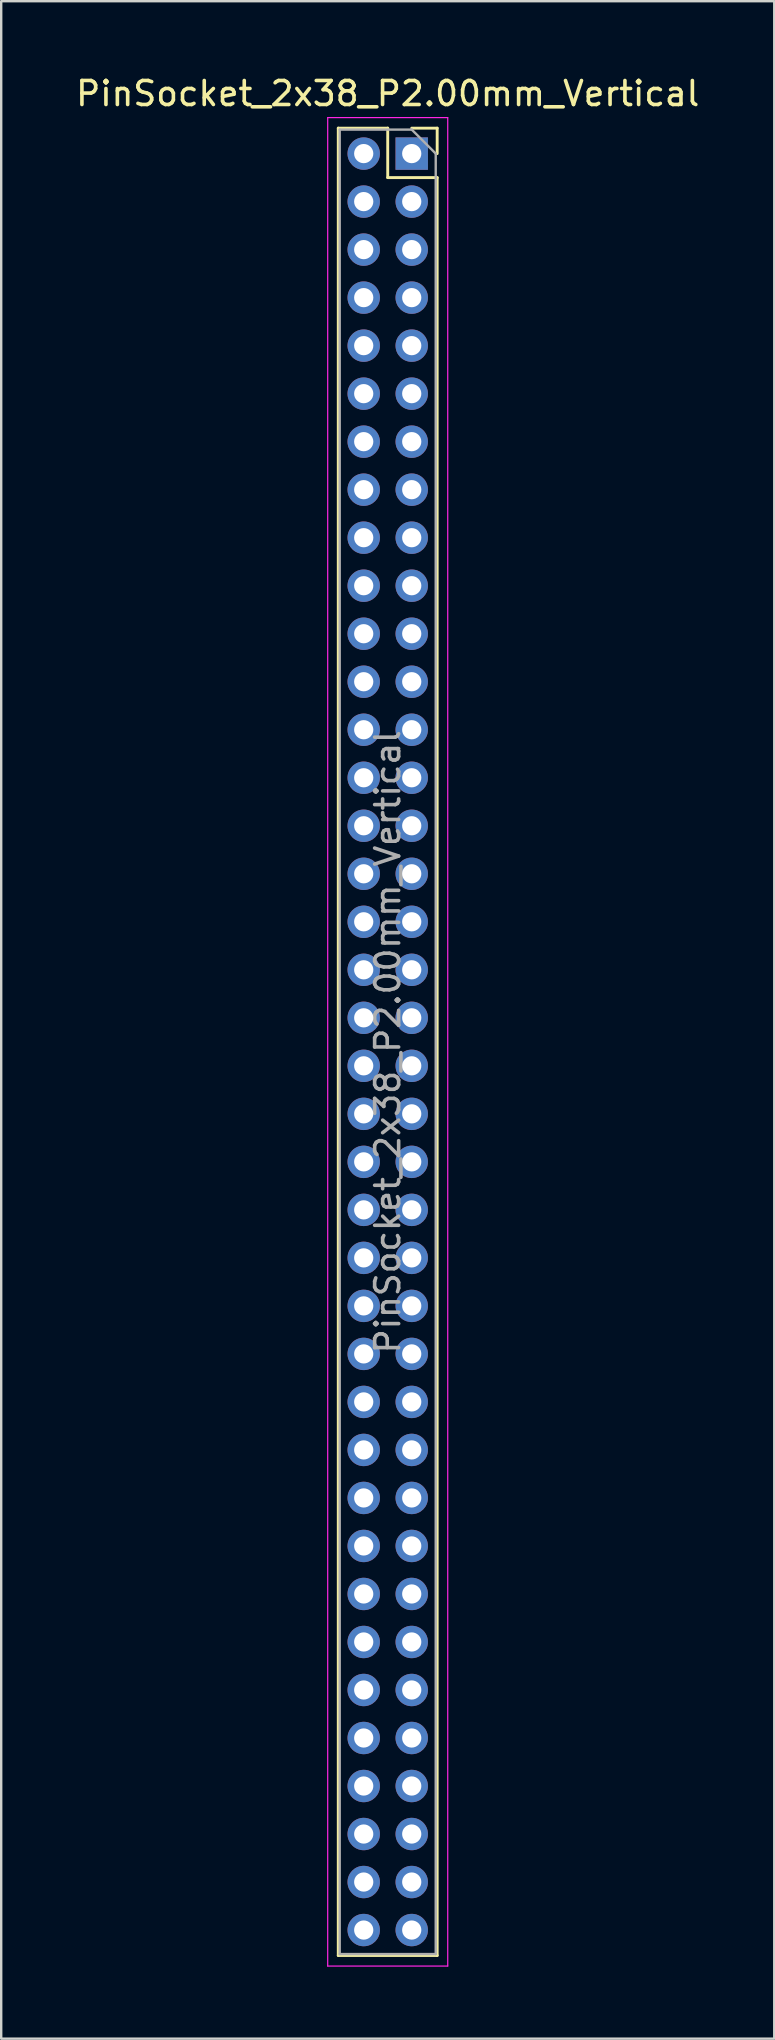
<source format=kicad_pcb>
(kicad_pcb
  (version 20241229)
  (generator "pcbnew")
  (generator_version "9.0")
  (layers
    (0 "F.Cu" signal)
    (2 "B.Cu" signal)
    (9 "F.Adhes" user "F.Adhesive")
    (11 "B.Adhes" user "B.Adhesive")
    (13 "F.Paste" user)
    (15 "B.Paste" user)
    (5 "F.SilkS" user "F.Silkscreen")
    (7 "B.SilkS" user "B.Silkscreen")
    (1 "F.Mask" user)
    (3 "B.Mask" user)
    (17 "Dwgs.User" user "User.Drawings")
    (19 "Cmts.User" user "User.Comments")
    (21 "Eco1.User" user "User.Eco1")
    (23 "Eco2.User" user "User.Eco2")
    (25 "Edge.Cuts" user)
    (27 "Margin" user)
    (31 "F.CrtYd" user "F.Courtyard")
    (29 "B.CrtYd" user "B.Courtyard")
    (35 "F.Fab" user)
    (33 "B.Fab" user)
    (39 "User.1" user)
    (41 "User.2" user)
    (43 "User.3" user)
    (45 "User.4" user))
  (footprint "PinSocket_2x38_P2.00mm_Vertical"
    (layer "F.Cu")
    (at 14.101 3.348)
    (property "Reference" "PinSocket_2x38_P2.00mm_Vertical" (at -1 -2.5 0) (layer "F.SilkS") (effects (font (size 1 1) (thickness 0.15))))
    (attr through_hole)
    (fp_line (start -3.06 -1.06) (end -3.06 75.06) (stroke (width 0.12) (type solid)) (layer "F.SilkS"))
    (fp_line (start -3.06 -1.06) (end -1 -1.06) (stroke (width 0.12) (type solid)) (layer "F.SilkS"))
    (fp_line (start -3.06 75.06) (end 1.06 75.06) (stroke (width 0.12) (type solid)) (layer "F.SilkS"))
    (fp_line (start -1 -1.06) (end -1 1) (stroke (width 0.12) (type solid)) (layer "F.SilkS"))
    (fp_line (start -1 1) (end 1.06 1) (stroke (width 0.12) (type solid)) (layer "F.SilkS"))
    (fp_line (start 0 -1.06) (end 1.06 -1.06) (stroke (width 0.12) (type solid)) (layer "F.SilkS"))
    (fp_line (start 1.06 -1.06) (end 1.06 0) (stroke (width 0.12) (type solid)) (layer "F.SilkS"))
    (fp_line (start 1.06 1) (end 1.06 75.06) (stroke (width 0.12) (type solid)) (layer "F.SilkS"))
    (fp_line (start -3.5 -1.5) (end 1.5 -1.5) (stroke (width 0.05) (type solid)) (layer "F.CrtYd"))
    (fp_line (start -3.5 75.5) (end -3.5 -1.5) (stroke (width 0.05) (type solid)) (layer "F.CrtYd"))
    (fp_line (start 1.5 -1.5) (end 1.5 75.5) (stroke (width 0.05) (type solid)) (layer "F.CrtYd"))
    (fp_line (start 1.5 75.5) (end -3.5 75.5) (stroke (width 0.05) (type solid)) (layer "F.CrtYd"))
    (fp_line (start -3 -1) (end 0 -1) (stroke (width 0.1) (type solid)) (layer "F.Fab"))
    (fp_line (start -3 75) (end -3 -1) (stroke (width 0.1) (type solid)) (layer "F.Fab"))
    (fp_line (start 0 -1) (end 1 0) (stroke (width 0.1) (type solid)) (layer "F.Fab"))
    (fp_line (start 1 0) (end 1 75) (stroke (width 0.1) (type solid)) (layer "F.Fab"))
    (fp_line (start 1 75) (end -3 75) (stroke (width 0.1) (type solid)) (layer "F.Fab"))
    (fp_text user "${REFERENCE}" (at -1 37 90) (layer "F.Fab") (effects (font (size 1 1) (thickness 0.15))))
    (pad "1" thru_hole rect (at 0 0) (size 1.35 1.35) (drill 0.8) (layers "*.Cu" "*.Mask"))
    (pad "2" thru_hole oval (at -2 0) (size 1.35 1.35) (drill 0.8) (layers "*.Cu" "*.Mask"))
    (pad "3" thru_hole oval (at 0 2) (size 1.35 1.35) (drill 0.8) (layers "*.Cu" "*.Mask"))
    (pad "4" thru_hole oval (at -2 2) (size 1.35 1.35) (drill 0.8) (layers "*.Cu" "*.Mask"))
    (pad "5" thru_hole oval (at 0 4) (size 1.35 1.35) (drill 0.8) (layers "*.Cu" "*.Mask"))
    (pad "6" thru_hole oval (at -2 4) (size 1.35 1.35) (drill 0.8) (layers "*.Cu" "*.Mask"))
    (pad "7" thru_hole oval (at 0 6) (size 1.35 1.35) (drill 0.8) (layers "*.Cu" "*.Mask"))
    (pad "8" thru_hole oval (at -2 6) (size 1.35 1.35) (drill 0.8) (layers "*.Cu" "*.Mask"))
    (pad "9" thru_hole oval (at 0 8) (size 1.35 1.35) (drill 0.8) (layers "*.Cu" "*.Mask"))
    (pad "10" thru_hole oval (at -2 8) (size 1.35 1.35) (drill 0.8) (layers "*.Cu" "*.Mask"))
    (pad "11" thru_hole oval (at 0 10) (size 1.35 1.35) (drill 0.8) (layers "*.Cu" "*.Mask"))
    (pad "12" thru_hole oval (at -2 10) (size 1.35 1.35) (drill 0.8) (layers "*.Cu" "*.Mask"))
    (pad "13" thru_hole oval (at 0 12) (size 1.35 1.35) (drill 0.8) (layers "*.Cu" "*.Mask"))
    (pad "14" thru_hole oval (at -2 12) (size 1.35 1.35) (drill 0.8) (layers "*.Cu" "*.Mask"))
    (pad "15" thru_hole oval (at 0 14) (size 1.35 1.35) (drill 0.8) (layers "*.Cu" "*.Mask"))
    (pad "16" thru_hole oval (at -2 14) (size 1.35 1.35) (drill 0.8) (layers "*.Cu" "*.Mask"))
    (pad "17" thru_hole oval (at 0 16) (size 1.35 1.35) (drill 0.8) (layers "*.Cu" "*.Mask"))
    (pad "18" thru_hole oval (at -2 16) (size 1.35 1.35) (drill 0.8) (layers "*.Cu" "*.Mask"))
    (pad "19" thru_hole oval (at 0 18) (size 1.35 1.35) (drill 0.8) (layers "*.Cu" "*.Mask"))
    (pad "20" thru_hole oval (at -2 18) (size 1.35 1.35) (drill 0.8) (layers "*.Cu" "*.Mask"))
    (pad "21" thru_hole oval (at 0 20) (size 1.35 1.35) (drill 0.8) (layers "*.Cu" "*.Mask"))
    (pad "22" thru_hole oval (at -2 20) (size 1.35 1.35) (drill 0.8) (layers "*.Cu" "*.Mask"))
    (pad "23" thru_hole oval (at 0 22) (size 1.35 1.35) (drill 0.8) (layers "*.Cu" "*.Mask"))
    (pad "24" thru_hole oval (at -2 22) (size 1.35 1.35) (drill 0.8) (layers "*.Cu" "*.Mask"))
    (pad "25" thru_hole oval (at 0 24) (size 1.35 1.35) (drill 0.8) (layers "*.Cu" "*.Mask"))
    (pad "26" thru_hole oval (at -2 24) (size 1.35 1.35) (drill 0.8) (layers "*.Cu" "*.Mask"))
    (pad "27" thru_hole oval (at 0 26) (size 1.35 1.35) (drill 0.8) (layers "*.Cu" "*.Mask"))
    (pad "28" thru_hole oval (at -2 26) (size 1.35 1.35) (drill 0.8) (layers "*.Cu" "*.Mask"))
    (pad "29" thru_hole oval (at 0 28) (size 1.35 1.35) (drill 0.8) (layers "*.Cu" "*.Mask"))
    (pad "30" thru_hole oval (at -2 28) (size 1.35 1.35) (drill 0.8) (layers "*.Cu" "*.Mask"))
    (pad "31" thru_hole oval (at 0 30) (size 1.35 1.35) (drill 0.8) (layers "*.Cu" "*.Mask"))
    (pad "32" thru_hole oval (at -2 30) (size 1.35 1.35) (drill 0.8) (layers "*.Cu" "*.Mask"))
    (pad "33" thru_hole oval (at 0 32) (size 1.35 1.35) (drill 0.8) (layers "*.Cu" "*.Mask"))
    (pad "34" thru_hole oval (at -2 32) (size 1.35 1.35) (drill 0.8) (layers "*.Cu" "*.Mask"))
    (pad "35" thru_hole oval (at 0 34) (size 1.35 1.35) (drill 0.8) (layers "*.Cu" "*.Mask"))
    (pad "36" thru_hole oval (at -2 34) (size 1.35 1.35) (drill 0.8) (layers "*.Cu" "*.Mask"))
    (pad "37" thru_hole oval (at 0 36) (size 1.35 1.35) (drill 0.8) (layers "*.Cu" "*.Mask"))
    (pad "38" thru_hole oval (at -2 36) (size 1.35 1.35) (drill 0.8) (layers "*.Cu" "*.Mask"))
    (pad "39" thru_hole oval (at 0 38) (size 1.35 1.35) (drill 0.8) (layers "*.Cu" "*.Mask"))
    (pad "40" thru_hole oval (at -2 38) (size 1.35 1.35) (drill 0.8) (layers "*.Cu" "*.Mask"))
    (pad "41" thru_hole oval (at 0 40) (size 1.35 1.35) (drill 0.8) (layers "*.Cu" "*.Mask"))
    (pad "42" thru_hole oval (at -2 40) (size 1.35 1.35) (drill 0.8) (layers "*.Cu" "*.Mask"))
    (pad "43" thru_hole oval (at 0 42) (size 1.35 1.35) (drill 0.8) (layers "*.Cu" "*.Mask"))
    (pad "44" thru_hole oval (at -2 42) (size 1.35 1.35) (drill 0.8) (layers "*.Cu" "*.Mask"))
    (pad "45" thru_hole oval (at 0 44) (size 1.35 1.35) (drill 0.8) (layers "*.Cu" "*.Mask"))
    (pad "46" thru_hole oval (at -2 44) (size 1.35 1.35) (drill 0.8) (layers "*.Cu" "*.Mask"))
    (pad "47" thru_hole oval (at 0 46) (size 1.35 1.35) (drill 0.8) (layers "*.Cu" "*.Mask"))
    (pad "48" thru_hole oval (at -2 46) (size 1.35 1.35) (drill 0.8) (layers "*.Cu" "*.Mask"))
    (pad "49" thru_hole oval (at 0 48) (size 1.35 1.35) (drill 0.8) (layers "*.Cu" "*.Mask"))
    (pad "50" thru_hole oval (at -2 48) (size 1.35 1.35) (drill 0.8) (layers "*.Cu" "*.Mask"))
    (pad "51" thru_hole oval (at 0 50) (size 1.35 1.35) (drill 0.8) (layers "*.Cu" "*.Mask"))
    (pad "52" thru_hole oval (at -2 50) (size 1.35 1.35) (drill 0.8) (layers "*.Cu" "*.Mask"))
    (pad "53" thru_hole oval (at 0 52) (size 1.35 1.35) (drill 0.8) (layers "*.Cu" "*.Mask"))
    (pad "54" thru_hole oval (at -2 52) (size 1.35 1.35) (drill 0.8) (layers "*.Cu" "*.Mask"))
    (pad "55" thru_hole oval (at 0 54) (size 1.35 1.35) (drill 0.8) (layers "*.Cu" "*.Mask"))
    (pad "56" thru_hole oval (at -2 54) (size 1.35 1.35) (drill 0.8) (layers "*.Cu" "*.Mask"))
    (pad "57" thru_hole oval (at 0 56) (size 1.35 1.35) (drill 0.8) (layers "*.Cu" "*.Mask"))
    (pad "58" thru_hole oval (at -2 56) (size 1.35 1.35) (drill 0.8) (layers "*.Cu" "*.Mask"))
    (pad "59" thru_hole oval (at 0 58) (size 1.35 1.35) (drill 0.8) (layers "*.Cu" "*.Mask"))
    (pad "60" thru_hole oval (at -2 58) (size 1.35 1.35) (drill 0.8) (layers "*.Cu" "*.Mask"))
    (pad "61" thru_hole oval (at 0 60) (size 1.35 1.35) (drill 0.8) (layers "*.Cu" "*.Mask"))
    (pad "62" thru_hole oval (at -2 60) (size 1.35 1.35) (drill 0.8) (layers "*.Cu" "*.Mask"))
    (pad "63" thru_hole oval (at 0 62) (size 1.35 1.35) (drill 0.8) (layers "*.Cu" "*.Mask"))
    (pad "64" thru_hole oval (at -2 62) (size 1.35 1.35) (drill 0.8) (layers "*.Cu" "*.Mask"))
    (pad "65" thru_hole oval (at 0 64) (size 1.35 1.35) (drill 0.8) (layers "*.Cu" "*.Mask"))
    (pad "66" thru_hole oval (at -2 64) (size 1.35 1.35) (drill 0.8) (layers "*.Cu" "*.Mask"))
    (pad "67" thru_hole oval (at 0 66) (size 1.35 1.35) (drill 0.8) (layers "*.Cu" "*.Mask"))
    (pad "68" thru_hole oval (at -2 66) (size 1.35 1.35) (drill 0.8) (layers "*.Cu" "*.Mask"))
    (pad "69" thru_hole oval (at 0 68) (size 1.35 1.35) (drill 0.8) (layers "*.Cu" "*.Mask"))
    (pad "70" thru_hole oval (at -2 68) (size 1.35 1.35) (drill 0.8) (layers "*.Cu" "*.Mask"))
    (pad "71" thru_hole oval (at 0 70) (size 1.35 1.35) (drill 0.8) (layers "*.Cu" "*.Mask"))
    (pad "72" thru_hole oval (at -2 70) (size 1.35 1.35) (drill 0.8) (layers "*.Cu" "*.Mask"))
    (pad "73" thru_hole oval (at 0 72) (size 1.35 1.35) (drill 0.8) (layers "*.Cu" "*.Mask"))
    (pad "74" thru_hole oval (at -2 72) (size 1.35 1.35) (drill 0.8) (layers "*.Cu" "*.Mask"))
    (pad "75" thru_hole oval (at 0 74) (size 1.35 1.35) (drill 0.8) (layers "*.Cu" "*.Mask"))
    (pad "76" thru_hole oval (at -2 74) (size 1.35 1.35) (drill 0.8) (layers "*.Cu" "*.Mask")))
  (gr_rect
    (start -3 -3)
    (end 29.202 81.873)
    (stroke (width 0.1) (type default))
    (fill no)
    (layer "Edge.Cuts")))
</source>
